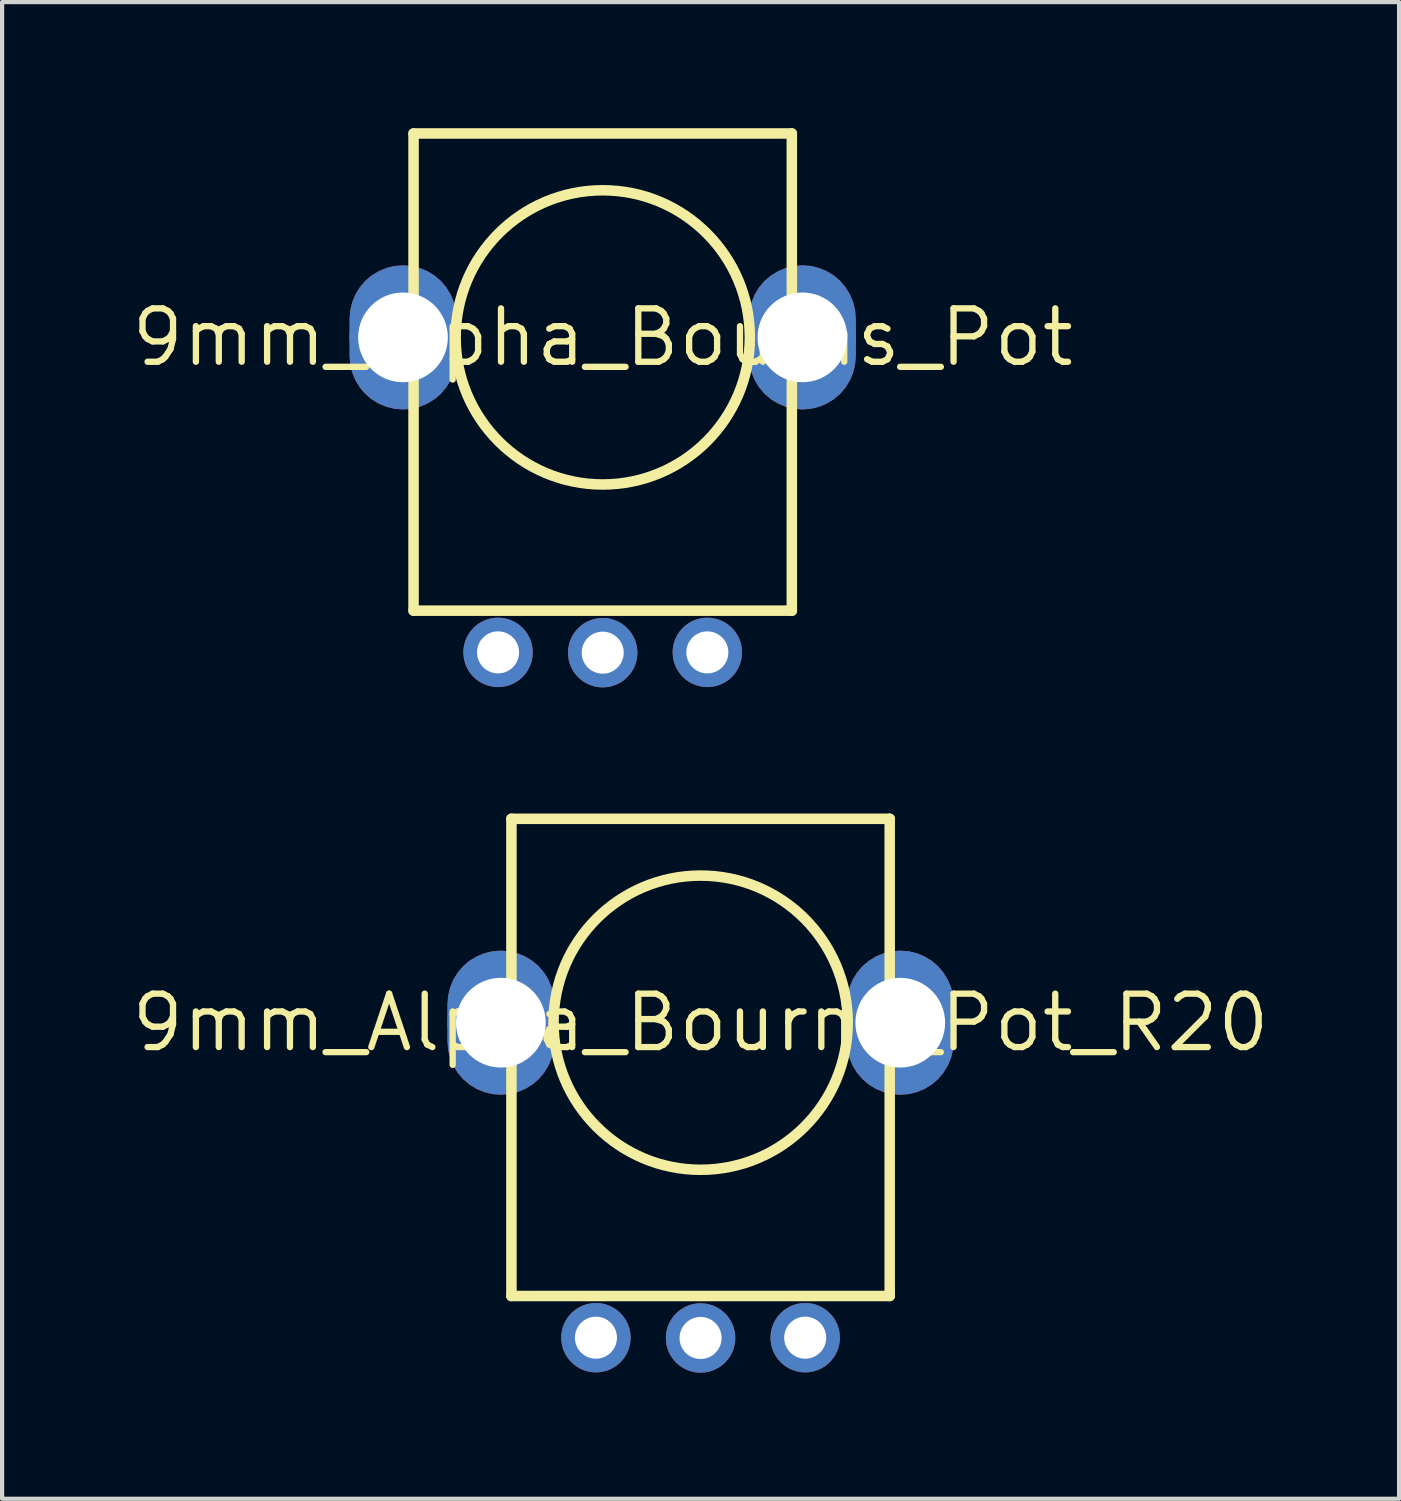
<source format=kicad_pcb>
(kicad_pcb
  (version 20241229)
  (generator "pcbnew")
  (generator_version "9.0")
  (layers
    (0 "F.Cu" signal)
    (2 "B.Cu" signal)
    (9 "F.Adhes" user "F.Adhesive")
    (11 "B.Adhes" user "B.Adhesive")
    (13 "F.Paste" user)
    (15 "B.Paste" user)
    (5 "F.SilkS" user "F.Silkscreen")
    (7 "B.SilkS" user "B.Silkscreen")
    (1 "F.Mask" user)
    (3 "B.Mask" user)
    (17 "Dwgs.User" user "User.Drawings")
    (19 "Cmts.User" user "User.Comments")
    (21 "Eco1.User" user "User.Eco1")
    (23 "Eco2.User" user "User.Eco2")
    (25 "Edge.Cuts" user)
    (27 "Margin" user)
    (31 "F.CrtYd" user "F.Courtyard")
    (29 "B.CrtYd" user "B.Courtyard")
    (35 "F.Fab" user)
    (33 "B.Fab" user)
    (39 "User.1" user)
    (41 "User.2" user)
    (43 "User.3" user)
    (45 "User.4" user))
  (footprint "9mm_Alpha_Bourns_Pot_R20"
    (layer "F.Cu")
    (at 13.614 21.276)
    (property "Reference" "9mm_Alpha_Bourns_Pot_R20" (at 0 0 0) (layer "F.SilkS") (effects (font (size 1.27 1.27) (thickness 0.15))))
    (fp_poly (pts (xy -4.551 -1.699) (xy -4.358 -1.652) (xy -4.174 -1.576) (xy -4.003 -1.472) (xy -3.851 -1.343) (xy -3.722 -1.191) (xy -3.618 -1.021) (xy -3.542 -0.837) (xy -3.495 -0.643) (xy -3.48 -0.445) (xy -3.48 0.445) (xy -3.495 0.643) (xy -3.542 0.837) (xy -3.618 1.021) (xy -3.722 1.191) (xy -3.851 1.343) (xy -4.003 1.472) (xy -4.174 1.576) (xy -4.358 1.652) (xy -4.551 1.699) (xy -4.75 1.714) (xy -4.948 1.699) (xy -5.142 1.652) (xy -5.326 1.576) (xy -5.497 1.472) (xy -5.648 1.343) (xy -5.777 1.191) (xy -5.881 1.021) (xy -5.958 0.837) (xy -6.004 0.643) (xy -6.02 0.445) (xy -6.02 -0.445) (xy -6.004 -0.643) (xy -5.958 -0.837) (xy -5.881 -1.021) (xy -5.777 -1.191) (xy -5.648 -1.343) (xy -5.497 -1.472) (xy -5.326 -1.576) (xy -5.142 -1.652) (xy -4.948 -1.699) (xy -4.75 -1.714)) (stroke (width 0) (type default)) (fill yes) (layer "F.Cu"))
    (fp_poly (pts (xy 4.948 -1.699) (xy 5.142 -1.652) (xy 5.326 -1.576) (xy 5.497 -1.472) (xy 5.648 -1.343) (xy 5.777 -1.191) (xy 5.881 -1.021) (xy 5.958 -0.837) (xy 6.004 -0.643) (xy 6.02 -0.445) (xy 6.02 0.445) (xy 6.004 0.643) (xy 5.958 0.837) (xy 5.881 1.021) (xy 5.777 1.191) (xy 5.648 1.343) (xy 5.497 1.472) (xy 5.326 1.576) (xy 5.142 1.652) (xy 4.948 1.699) (xy 4.75 1.714) (xy 4.551 1.699) (xy 4.358 1.652) (xy 4.174 1.576) (xy 4.003 1.472) (xy 3.851 1.343) (xy 3.722 1.191) (xy 3.618 1.021) (xy 3.542 0.837) (xy 3.495 0.643) (xy 3.48 0.445) (xy 3.48 -0.445) (xy 3.495 -0.643) (xy 3.542 -0.837) (xy 3.618 -1.021) (xy 3.722 -1.191) (xy 3.851 -1.343) (xy 4.003 -1.472) (xy 4.174 -1.576) (xy 4.358 -1.652) (xy 4.551 -1.699) (xy 4.75 -1.714)) (stroke (width 0) (type default)) (fill yes) (layer "F.Cu"))
    (fp_poly (pts (xy -4.535 -1.8) (xy -4.326 -1.75) (xy -4.127 -1.668) (xy -3.943 -1.555) (xy -3.779 -1.415) (xy -3.639 -1.252) (xy -3.527 -1.067) (xy -3.444 -0.868) (xy -3.394 -0.659) (xy -3.377 -0.445) (xy -3.377 0.445) (xy -3.394 0.659) (xy -3.444 0.868) (xy -3.527 1.067) (xy -3.639 1.252) (xy -3.779 1.415) (xy -3.943 1.555) (xy -4.127 1.668) (xy -4.326 1.75) (xy -4.535 1.8) (xy -4.75 1.817) (xy -4.964 1.8) (xy -5.174 1.75) (xy -5.372 1.668) (xy -5.557 1.555) (xy -5.721 1.415) (xy -5.86 1.252) (xy -5.973 1.067) (xy -6.055 0.868) (xy -6.106 0.659) (xy -6.122 0.445) (xy -6.122 -0.445) (xy -6.106 -0.659) (xy -6.055 -0.868) (xy -5.973 -1.067) (xy -5.86 -1.252) (xy -5.721 -1.415) (xy -5.557 -1.555) (xy -5.372 -1.668) (xy -5.174 -1.75) (xy -4.964 -1.8) (xy -4.75 -1.817)) (stroke (width 0) (type default)) (fill yes) (layer "F.Mask"))
    (fp_poly (pts (xy 4.964 -1.8) (xy 5.174 -1.75) (xy 5.372 -1.668) (xy 5.557 -1.555) (xy 5.721 -1.415) (xy 5.86 -1.252) (xy 5.973 -1.067) (xy 6.055 -0.868) (xy 6.106 -0.659) (xy 6.122 -0.445) (xy 6.122 0.445) (xy 6.106 0.659) (xy 6.055 0.868) (xy 5.973 1.067) (xy 5.86 1.252) (xy 5.721 1.415) (xy 5.557 1.555) (xy 5.372 1.668) (xy 5.174 1.75) (xy 4.964 1.8) (xy 4.75 1.817) (xy 4.535 1.8) (xy 4.326 1.75) (xy 4.127 1.668) (xy 3.943 1.555) (xy 3.779 1.415) (xy 3.639 1.252) (xy 3.527 1.067) (xy 3.444 0.868) (xy 3.394 0.659) (xy 3.377 0.445) (xy 3.377 -0.445) (xy 3.394 -0.659) (xy 3.444 -0.868) (xy 3.527 -1.067) (xy 3.639 -1.252) (xy 3.779 -1.415) (xy 3.943 -1.555) (xy 4.127 -1.668) (xy 4.326 -1.75) (xy 4.535 -1.8) (xy 4.75 -1.817)) (stroke (width 0) (type default)) (fill yes) (layer "F.Mask"))
    (fp_poly (pts (xy -4.551 -1.699) (xy -4.358 -1.652) (xy -4.174 -1.576) (xy -4.003 -1.472) (xy -3.851 -1.343) (xy -3.722 -1.191) (xy -3.618 -1.021) (xy -3.542 -0.837) (xy -3.495 -0.643) (xy -3.48 -0.445) (xy -3.48 0.445) (xy -3.495 0.643) (xy -3.542 0.837) (xy -3.618 1.021) (xy -3.722 1.191) (xy -3.851 1.343) (xy -4.003 1.472) (xy -4.174 1.576) (xy -4.358 1.652) (xy -4.551 1.699) (xy -4.75 1.714) (xy -4.948 1.699) (xy -5.142 1.652) (xy -5.326 1.576) (xy -5.497 1.472) (xy -5.648 1.343) (xy -5.777 1.191) (xy -5.881 1.021) (xy -5.958 0.837) (xy -6.004 0.643) (xy -6.02 0.445) (xy -6.02 -0.445) (xy -6.004 -0.643) (xy -5.958 -0.837) (xy -5.881 -1.021) (xy -5.777 -1.191) (xy -5.648 -1.343) (xy -5.497 -1.472) (xy -5.326 -1.576) (xy -5.142 -1.652) (xy -4.948 -1.699) (xy -4.75 -1.714)) (stroke (width 0) (type default)) (fill yes) (layer "B.Cu"))
    (fp_poly (pts (xy 4.948 -1.699) (xy 5.142 -1.652) (xy 5.326 -1.576) (xy 5.497 -1.472) (xy 5.648 -1.343) (xy 5.777 -1.191) (xy 5.881 -1.021) (xy 5.958 -0.837) (xy 6.004 -0.643) (xy 6.02 -0.445) (xy 6.02 0.445) (xy 6.004 0.643) (xy 5.958 0.837) (xy 5.881 1.021) (xy 5.777 1.191) (xy 5.648 1.343) (xy 5.497 1.472) (xy 5.326 1.576) (xy 5.142 1.652) (xy 4.948 1.699) (xy 4.75 1.714) (xy 4.551 1.699) (xy 4.358 1.652) (xy 4.174 1.576) (xy 4.003 1.472) (xy 3.851 1.343) (xy 3.722 1.191) (xy 3.618 1.021) (xy 3.542 0.837) (xy 3.495 0.643) (xy 3.48 0.445) (xy 3.48 -0.445) (xy 3.495 -0.643) (xy 3.542 -0.837) (xy 3.618 -1.021) (xy 3.722 -1.191) (xy 3.851 -1.343) (xy 4.003 -1.472) (xy 4.174 -1.576) (xy 4.358 -1.652) (xy 4.551 -1.699) (xy 4.75 -1.714)) (stroke (width 0) (type default)) (fill yes) (layer "B.Cu"))
    (fp_poly (pts (xy -4.535 -1.8) (xy -4.326 -1.75) (xy -4.127 -1.668) (xy -3.943 -1.555) (xy -3.779 -1.415) (xy -3.639 -1.252) (xy -3.527 -1.067) (xy -3.444 -0.868) (xy -3.394 -0.659) (xy -3.377 -0.445) (xy -3.377 0.445) (xy -3.394 0.659) (xy -3.444 0.868) (xy -3.527 1.067) (xy -3.639 1.252) (xy -3.779 1.415) (xy -3.943 1.555) (xy -4.127 1.668) (xy -4.326 1.75) (xy -4.535 1.8) (xy -4.75 1.817) (xy -4.964 1.8) (xy -5.174 1.75) (xy -5.372 1.668) (xy -5.557 1.555) (xy -5.721 1.415) (xy -5.86 1.252) (xy -5.973 1.067) (xy -6.055 0.868) (xy -6.106 0.659) (xy -6.122 0.445) (xy -6.122 -0.445) (xy -6.106 -0.659) (xy -6.055 -0.868) (xy -5.973 -1.067) (xy -5.86 -1.252) (xy -5.721 -1.415) (xy -5.557 -1.555) (xy -5.372 -1.668) (xy -5.174 -1.75) (xy -4.964 -1.8) (xy -4.75 -1.817)) (stroke (width 0) (type default)) (fill yes) (layer "B.Mask"))
    (fp_poly (pts (xy 4.964 -1.8) (xy 5.174 -1.75) (xy 5.372 -1.668) (xy 5.557 -1.555) (xy 5.721 -1.415) (xy 5.86 -1.252) (xy 5.973 -1.067) (xy 6.055 -0.868) (xy 6.106 -0.659) (xy 6.122 -0.445) (xy 6.122 0.445) (xy 6.106 0.659) (xy 6.055 0.868) (xy 5.973 1.067) (xy 5.86 1.252) (xy 5.721 1.415) (xy 5.557 1.555) (xy 5.372 1.668) (xy 5.174 1.75) (xy 4.964 1.8) (xy 4.75 1.817) (xy 4.535 1.8) (xy 4.326 1.75) (xy 4.127 1.668) (xy 3.943 1.555) (xy 3.779 1.415) (xy 3.639 1.252) (xy 3.527 1.067) (xy 3.444 0.868) (xy 3.394 0.659) (xy 3.377 0.445) (xy 3.377 -0.445) (xy 3.394 -0.659) (xy 3.444 -0.868) (xy 3.527 -1.067) (xy 3.639 -1.252) (xy 3.779 -1.415) (xy 3.943 -1.555) (xy 4.127 -1.668) (xy 4.326 -1.75) (xy 4.535 -1.8) (xy 4.75 -1.817)) (stroke (width 0) (type default)) (fill yes) (layer "B.Mask"))
    (fp_line (start -4.499 -4.85) (end 4.499 -4.85) (stroke (width 0.25) (type solid)) (layer "F.SilkS"))
    (fp_line (start -4.499 6.501) (end -4.499 -4.85) (stroke (width 0.25) (type solid)) (layer "F.SilkS"))
    (fp_line (start 4.499 -4.85) (end 4.499 6.501) (stroke (width 0.25) (type solid)) (layer "F.SilkS"))
    (fp_line (start 4.499 6.501) (end -4.499 6.501) (stroke (width 0.25) (type solid)) (layer "F.SilkS"))
    (fp_circle (center 0.001 0) (end 3.5 0) (stroke (width 0.25) (type solid)) (fill no) (layer "F.SilkS"))
    (pad "1" thru_hole circle (at -2.489 7.493) (size 1.651 1.651) (drill 1) (layers "*.Cu" "*.Mask"))
    (pad "2" thru_hole circle (at 0 7.5) (size 1.651 1.651) (drill 1) (layers "*.Cu" "*.Mask"))
    (pad "3" thru_hole circle (at 2.489 7.493) (size 1.651 1.651) (drill 1) (layers "*.Cu" "*.Mask"))
    (pad "4" thru_hole circle (at -4.75 0 90) (size 2.54 2.54) (drill 2.134) (layers "*.Cu"))
    (pad "5" thru_hole circle (at 4.75 0 90) (size 2.54 2.54) (drill 2.134) (layers "*.Cu")))
  (footprint "9mm_Alpha_Bourns_Pot"
    (layer "F.Cu")
    (at 11.286 4.975)
    (property "Reference" "9mm_Alpha_Bourns_Pot" (at 0 0 0) (layer "F.SilkS") (effects (font (size 1.27 1.27) (thickness 0.15))))
    (fp_poly (pts (xy -4.551 -1.699) (xy -4.358 -1.652) (xy -4.174 -1.576) (xy -4.003 -1.472) (xy -3.851 -1.343) (xy -3.722 -1.191) (xy -3.618 -1.021) (xy -3.542 -0.837) (xy -3.495 -0.643) (xy -3.48 -0.445) (xy -3.48 0.445) (xy -3.495 0.643) (xy -3.542 0.837) (xy -3.618 1.021) (xy -3.722 1.191) (xy -3.851 1.343) (xy -4.003 1.472) (xy -4.174 1.576) (xy -4.358 1.652) (xy -4.551 1.699) (xy -4.75 1.714) (xy -4.948 1.699) (xy -5.142 1.652) (xy -5.326 1.576) (xy -5.497 1.472) (xy -5.648 1.343) (xy -5.777 1.191) (xy -5.881 1.021) (xy -5.958 0.837) (xy -6.004 0.643) (xy -6.02 0.445) (xy -6.02 -0.445) (xy -6.004 -0.643) (xy -5.958 -0.837) (xy -5.881 -1.021) (xy -5.777 -1.191) (xy -5.648 -1.343) (xy -5.497 -1.472) (xy -5.326 -1.576) (xy -5.142 -1.652) (xy -4.948 -1.699) (xy -4.75 -1.714)) (stroke (width 0) (type default)) (fill yes) (layer "F.Cu"))
    (fp_poly (pts (xy 4.948 -1.699) (xy 5.142 -1.652) (xy 5.326 -1.576) (xy 5.497 -1.472) (xy 5.648 -1.343) (xy 5.777 -1.191) (xy 5.881 -1.021) (xy 5.958 -0.837) (xy 6.004 -0.643) (xy 6.02 -0.445) (xy 6.02 0.445) (xy 6.004 0.643) (xy 5.958 0.837) (xy 5.881 1.021) (xy 5.777 1.191) (xy 5.648 1.343) (xy 5.497 1.472) (xy 5.326 1.576) (xy 5.142 1.652) (xy 4.948 1.699) (xy 4.75 1.714) (xy 4.551 1.699) (xy 4.358 1.652) (xy 4.174 1.576) (xy 4.003 1.472) (xy 3.851 1.343) (xy 3.722 1.191) (xy 3.618 1.021) (xy 3.542 0.837) (xy 3.495 0.643) (xy 3.48 0.445) (xy 3.48 -0.445) (xy 3.495 -0.643) (xy 3.542 -0.837) (xy 3.618 -1.021) (xy 3.722 -1.191) (xy 3.851 -1.343) (xy 4.003 -1.472) (xy 4.174 -1.576) (xy 4.358 -1.652) (xy 4.551 -1.699) (xy 4.75 -1.714)) (stroke (width 0) (type default)) (fill yes) (layer "F.Cu"))
    (fp_poly (pts (xy -4.535 -1.8) (xy -4.326 -1.75) (xy -4.127 -1.668) (xy -3.943 -1.555) (xy -3.779 -1.415) (xy -3.639 -1.252) (xy -3.527 -1.067) (xy -3.444 -0.868) (xy -3.394 -0.659) (xy -3.377 -0.445) (xy -3.377 0.445) (xy -3.394 0.659) (xy -3.444 0.868) (xy -3.527 1.067) (xy -3.639 1.252) (xy -3.779 1.415) (xy -3.943 1.555) (xy -4.127 1.668) (xy -4.326 1.75) (xy -4.535 1.8) (xy -4.75 1.817) (xy -4.964 1.8) (xy -5.174 1.75) (xy -5.372 1.668) (xy -5.557 1.555) (xy -5.721 1.415) (xy -5.86 1.252) (xy -5.973 1.067) (xy -6.055 0.868) (xy -6.106 0.659) (xy -6.122 0.445) (xy -6.122 -0.445) (xy -6.106 -0.659) (xy -6.055 -0.868) (xy -5.973 -1.067) (xy -5.86 -1.252) (xy -5.721 -1.415) (xy -5.557 -1.555) (xy -5.372 -1.668) (xy -5.174 -1.75) (xy -4.964 -1.8) (xy -4.75 -1.817)) (stroke (width 0) (type default)) (fill yes) (layer "F.Mask"))
    (fp_poly (pts (xy 4.964 -1.8) (xy 5.174 -1.75) (xy 5.372 -1.668) (xy 5.557 -1.555) (xy 5.721 -1.415) (xy 5.86 -1.252) (xy 5.973 -1.067) (xy 6.055 -0.868) (xy 6.106 -0.659) (xy 6.122 -0.445) (xy 6.122 0.445) (xy 6.106 0.659) (xy 6.055 0.868) (xy 5.973 1.067) (xy 5.86 1.252) (xy 5.721 1.415) (xy 5.557 1.555) (xy 5.372 1.668) (xy 5.174 1.75) (xy 4.964 1.8) (xy 4.75 1.817) (xy 4.535 1.8) (xy 4.326 1.75) (xy 4.127 1.668) (xy 3.943 1.555) (xy 3.779 1.415) (xy 3.639 1.252) (xy 3.527 1.067) (xy 3.444 0.868) (xy 3.394 0.659) (xy 3.377 0.445) (xy 3.377 -0.445) (xy 3.394 -0.659) (xy 3.444 -0.868) (xy 3.527 -1.067) (xy 3.639 -1.252) (xy 3.779 -1.415) (xy 3.943 -1.555) (xy 4.127 -1.668) (xy 4.326 -1.75) (xy 4.535 -1.8) (xy 4.75 -1.817)) (stroke (width 0) (type default)) (fill yes) (layer "F.Mask"))
    (fp_poly (pts (xy -4.551 -1.699) (xy -4.358 -1.652) (xy -4.174 -1.576) (xy -4.003 -1.472) (xy -3.851 -1.343) (xy -3.722 -1.191) (xy -3.618 -1.021) (xy -3.542 -0.837) (xy -3.495 -0.643) (xy -3.48 -0.445) (xy -3.48 0.445) (xy -3.495 0.643) (xy -3.542 0.837) (xy -3.618 1.021) (xy -3.722 1.191) (xy -3.851 1.343) (xy -4.003 1.472) (xy -4.174 1.576) (xy -4.358 1.652) (xy -4.551 1.699) (xy -4.75 1.714) (xy -4.948 1.699) (xy -5.142 1.652) (xy -5.326 1.576) (xy -5.497 1.472) (xy -5.648 1.343) (xy -5.777 1.191) (xy -5.881 1.021) (xy -5.958 0.837) (xy -6.004 0.643) (xy -6.02 0.445) (xy -6.02 -0.445) (xy -6.004 -0.643) (xy -5.958 -0.837) (xy -5.881 -1.021) (xy -5.777 -1.191) (xy -5.648 -1.343) (xy -5.497 -1.472) (xy -5.326 -1.576) (xy -5.142 -1.652) (xy -4.948 -1.699) (xy -4.75 -1.714)) (stroke (width 0) (type default)) (fill yes) (layer "B.Cu"))
    (fp_poly (pts (xy 4.948 -1.699) (xy 5.142 -1.652) (xy 5.326 -1.576) (xy 5.497 -1.472) (xy 5.648 -1.343) (xy 5.777 -1.191) (xy 5.881 -1.021) (xy 5.958 -0.837) (xy 6.004 -0.643) (xy 6.02 -0.445) (xy 6.02 0.445) (xy 6.004 0.643) (xy 5.958 0.837) (xy 5.881 1.021) (xy 5.777 1.191) (xy 5.648 1.343) (xy 5.497 1.472) (xy 5.326 1.576) (xy 5.142 1.652) (xy 4.948 1.699) (xy 4.75 1.714) (xy 4.551 1.699) (xy 4.358 1.652) (xy 4.174 1.576) (xy 4.003 1.472) (xy 3.851 1.343) (xy 3.722 1.191) (xy 3.618 1.021) (xy 3.542 0.837) (xy 3.495 0.643) (xy 3.48 0.445) (xy 3.48 -0.445) (xy 3.495 -0.643) (xy 3.542 -0.837) (xy 3.618 -1.021) (xy 3.722 -1.191) (xy 3.851 -1.343) (xy 4.003 -1.472) (xy 4.174 -1.576) (xy 4.358 -1.652) (xy 4.551 -1.699) (xy 4.75 -1.714)) (stroke (width 0) (type default)) (fill yes) (layer "B.Cu"))
    (fp_poly (pts (xy -4.535 -1.8) (xy -4.326 -1.75) (xy -4.127 -1.668) (xy -3.943 -1.555) (xy -3.779 -1.415) (xy -3.639 -1.252) (xy -3.527 -1.067) (xy -3.444 -0.868) (xy -3.394 -0.659) (xy -3.377 -0.445) (xy -3.377 0.445) (xy -3.394 0.659) (xy -3.444 0.868) (xy -3.527 1.067) (xy -3.639 1.252) (xy -3.779 1.415) (xy -3.943 1.555) (xy -4.127 1.668) (xy -4.326 1.75) (xy -4.535 1.8) (xy -4.75 1.817) (xy -4.964 1.8) (xy -5.174 1.75) (xy -5.372 1.668) (xy -5.557 1.555) (xy -5.721 1.415) (xy -5.86 1.252) (xy -5.973 1.067) (xy -6.055 0.868) (xy -6.106 0.659) (xy -6.122 0.445) (xy -6.122 -0.445) (xy -6.106 -0.659) (xy -6.055 -0.868) (xy -5.973 -1.067) (xy -5.86 -1.252) (xy -5.721 -1.415) (xy -5.557 -1.555) (xy -5.372 -1.668) (xy -5.174 -1.75) (xy -4.964 -1.8) (xy -4.75 -1.817)) (stroke (width 0) (type default)) (fill yes) (layer "B.Mask"))
    (fp_poly (pts (xy 4.964 -1.8) (xy 5.174 -1.75) (xy 5.372 -1.668) (xy 5.557 -1.555) (xy 5.721 -1.415) (xy 5.86 -1.252) (xy 5.973 -1.067) (xy 6.055 -0.868) (xy 6.106 -0.659) (xy 6.122 -0.445) (xy 6.122 0.445) (xy 6.106 0.659) (xy 6.055 0.868) (xy 5.973 1.067) (xy 5.86 1.252) (xy 5.721 1.415) (xy 5.557 1.555) (xy 5.372 1.668) (xy 5.174 1.75) (xy 4.964 1.8) (xy 4.75 1.817) (xy 4.535 1.8) (xy 4.326 1.75) (xy 4.127 1.668) (xy 3.943 1.555) (xy 3.779 1.415) (xy 3.639 1.252) (xy 3.527 1.067) (xy 3.444 0.868) (xy 3.394 0.659) (xy 3.377 0.445) (xy 3.377 -0.445) (xy 3.394 -0.659) (xy 3.444 -0.868) (xy 3.527 -1.067) (xy 3.639 -1.252) (xy 3.779 -1.415) (xy 3.943 -1.555) (xy 4.127 -1.668) (xy 4.326 -1.75) (xy 4.535 -1.8) (xy 4.75 -1.817)) (stroke (width 0) (type default)) (fill yes) (layer "B.Mask"))
    (fp_line (start -4.499 -4.85) (end 4.499 -4.85) (stroke (width 0.25) (type solid)) (layer "F.SilkS"))
    (fp_line (start -4.499 6.501) (end -4.499 -4.85) (stroke (width 0.25) (type solid)) (layer "F.SilkS"))
    (fp_line (start 4.499 -4.85) (end 4.499 6.501) (stroke (width 0.25) (type solid)) (layer "F.SilkS"))
    (fp_line (start 4.499 6.501) (end -4.499 6.501) (stroke (width 0.25) (type solid)) (layer "F.SilkS"))
    (fp_circle (center 0.001 0) (end 3.5 0) (stroke (width 0.25) (type solid)) (fill no) (layer "F.SilkS"))
    (pad "1" thru_hole circle (at -2.489 7.493) (size 1.651 1.651) (drill 1) (layers "*.Cu" "*.Mask"))
    (pad "2" thru_hole circle (at 0 7.5) (size 1.651 1.651) (drill 1) (layers "*.Cu" "*.Mask"))
    (pad "3" thru_hole circle (at 2.489 7.493) (size 1.651 1.651) (drill 1) (layers "*.Cu" "*.Mask"))
    (pad "4" thru_hole circle (at -4.75 0 90) (size 2.54 2.54) (drill 2.134) (layers "*.Cu"))
    (pad "5" thru_hole circle (at 4.75 0 90) (size 2.54 2.54) (drill 2.134) (layers "*.Cu")))
  (gr_rect
    (start -3 -3)
    (end 30.229 32.601)
    (stroke (width 0.1) (type default))
    (fill no)
    (layer "Edge.Cuts")))
</source>
